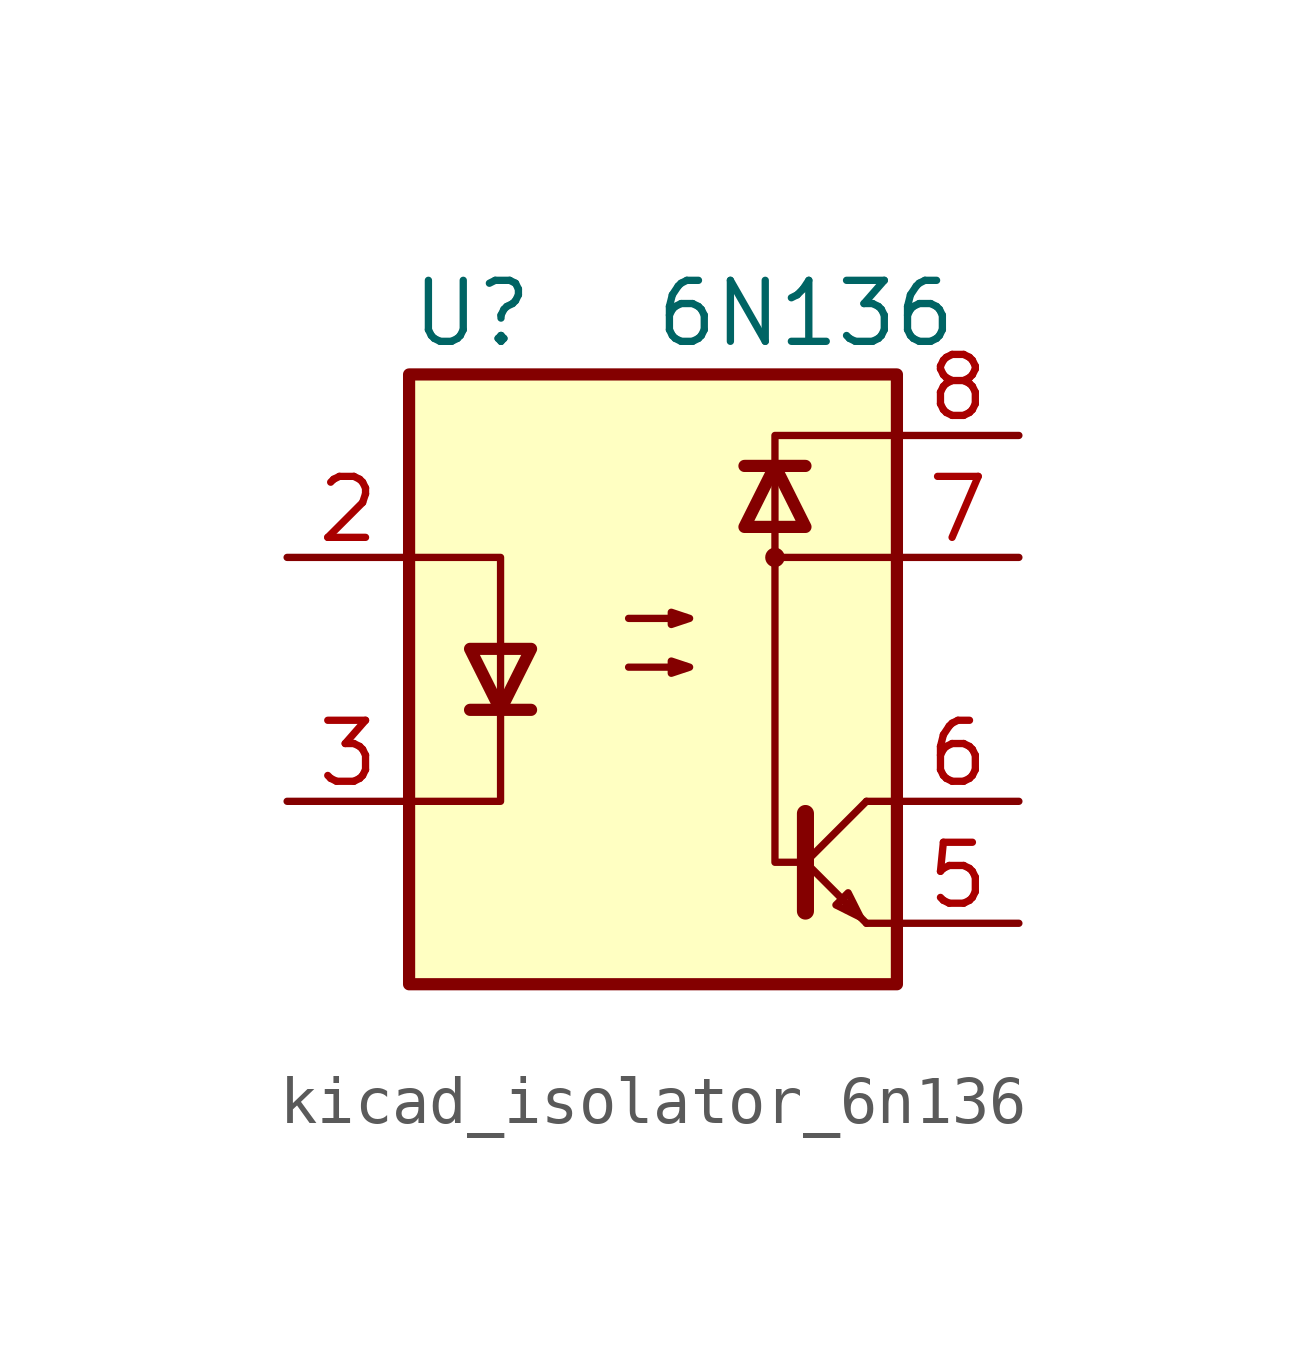
<source format=kicad_sym>
(kicad_symbol_lib
  (version 20220914)
  (generator kicad_symbol_editor)
  (symbol "kicad_isolator_6n136"
    (pin_names
      (offset 1.016))
    (property "Reference" "U"
      (at -5.08 7.62 0)
      (effects (font (size 1.27 1.27)) (justify left)))
    (property "Value" "6N136"
      (at 0 7.62 0)
      (effects (font (size 1.27 1.27)) (justify left)))
    (symbol "kicad_isolator_6n136_0_1"
      (rectangle (start -5.08 6.35) (end 5.08 -6.35) (stroke (width 0.254) (type default)) (fill (type background)))
      (polyline (pts (xy -3.81 -0.635) (xy -2.54 -0.635)) (stroke (width 0.254) (type default)) (fill (type none)))
      (polyline (pts (xy 1.905 4.445) (xy 3.175 4.445)) (stroke (width 0.254) (type default)) (fill (type none)))
      (polyline (pts (xy 3.175 -2.794) (xy 3.175 -4.826)) (stroke (width 0.356) (type default)) (fill (type none)))
      (polyline (pts (xy 3.302 -3.937) (xy 4.445 -5.08)) (stroke (width 0) (type default)) (fill (type none)))
      (polyline (pts (xy 3.302 -3.683) (xy 4.445 -2.54)) (stroke (width 0) (type default)) (fill (type none)))
      (polyline (pts (xy 5.08 -5.08) (xy 4.445 -5.08)) (stroke (width 0) (type default)) (fill (type none)))
      (polyline (pts (xy 5.08 -2.54) (xy 4.445 -2.54)) (stroke (width 0) (type default)) (fill (type none)))
      (polyline (pts (xy 5.08 2.54) (xy 2.54 2.54)) (stroke (width 0) (type default)) (fill (type none)))
      (polyline (pts (xy -5.08 2.54) (xy -3.175 2.54) (xy -3.175 -2.54) (xy -5.08 -2.54)) (stroke (width 0) (type default)) (fill (type none)))
      (polyline (pts (xy -3.175 -0.635) (xy -3.81 0.635) (xy -2.54 0.635) (xy -3.175 -0.635)) (stroke (width 0.254) (type default)) (fill (type none)))
      (polyline (pts (xy 2.54 4.445) (xy 1.905 3.175) (xy 3.175 3.175) (xy 2.54 4.445)) (stroke (width 0.254) (type default)) (fill (type none)))
      (polyline (pts (xy 4.318 -4.953) (xy 4.064 -4.445) (xy 3.81 -4.699) (xy 4.318 -4.953)) (stroke (width 0) (type default)) (fill (type none)))
      (polyline (pts (xy 5.08 5.08) (xy 2.54 5.08) (xy 2.54 -3.81) (xy 3.175 -3.81)) (stroke (width 0) (type default)) (fill (type none)))
      (polyline (pts (xy -0.508 0.254) (xy 0.762 0.254) (xy 0.381 0.127) (xy 0.381 0.381) (xy 0.762 0.254)) (stroke (width 0) (type default)) (fill (type none)))
      (polyline (pts (xy -0.508 1.27) (xy 0.762 1.27) (xy 0.381 1.143) (xy 0.381 1.397) (xy 0.762 1.27)) (stroke (width 0) (type default)) (fill (type none)))
      (circle (center 2.54 2.54) (radius 0.127) (stroke (width 0) (type default)) (fill (type none))))
    (symbol "kicad_isolator_6n136_1_1"
      (pin no_connect line (at -5.08 5.08 0) (length 2.54) hide (name "NC" (effects (font (size 1.27 1.27)))) (number "1" (effects (font (size 1.27 1.27)))))
      (pin passive line (at -7.62 2.54 0) (length 2.54) (name "~" (effects (font (size 1.27 1.27)))) (number "2" (effects (font (size 1.27 1.27)))))
      (pin passive line (at -7.62 -2.54 0) (length 2.54) (name "~" (effects (font (size 1.27 1.27)))) (number "3" (effects (font (size 1.27 1.27)))))
      (pin no_connect line (at -5.08 -5.08 0) (length 2.54) hide (name "NC" (effects (font (size 1.27 1.27)))) (number "4" (effects (font (size 1.27 1.27)))))
      (pin passive line (at 7.62 -5.08 180) (length 2.54) (name "~" (effects (font (size 1.27 1.27)))) (number "5" (effects (font (size 1.27 1.27)))))
      (pin passive line (at 7.62 -2.54 180) (length 2.54) (name "~" (effects (font (size 1.27 1.27)))) (number "6" (effects (font (size 1.27 1.27)))))
      (pin passive line (at 7.62 2.54 180) (length 2.54) (name "~" (effects (font (size 1.27 1.27)))) (number "7" (effects (font (size 1.27 1.27)))))
      (pin passive line (at 7.62 5.08 180) (length 2.54) (name "~" (effects (font (size 1.27 1.27)))) (number "8" (effects (font (size 1.27 1.27))))))))
</source>
